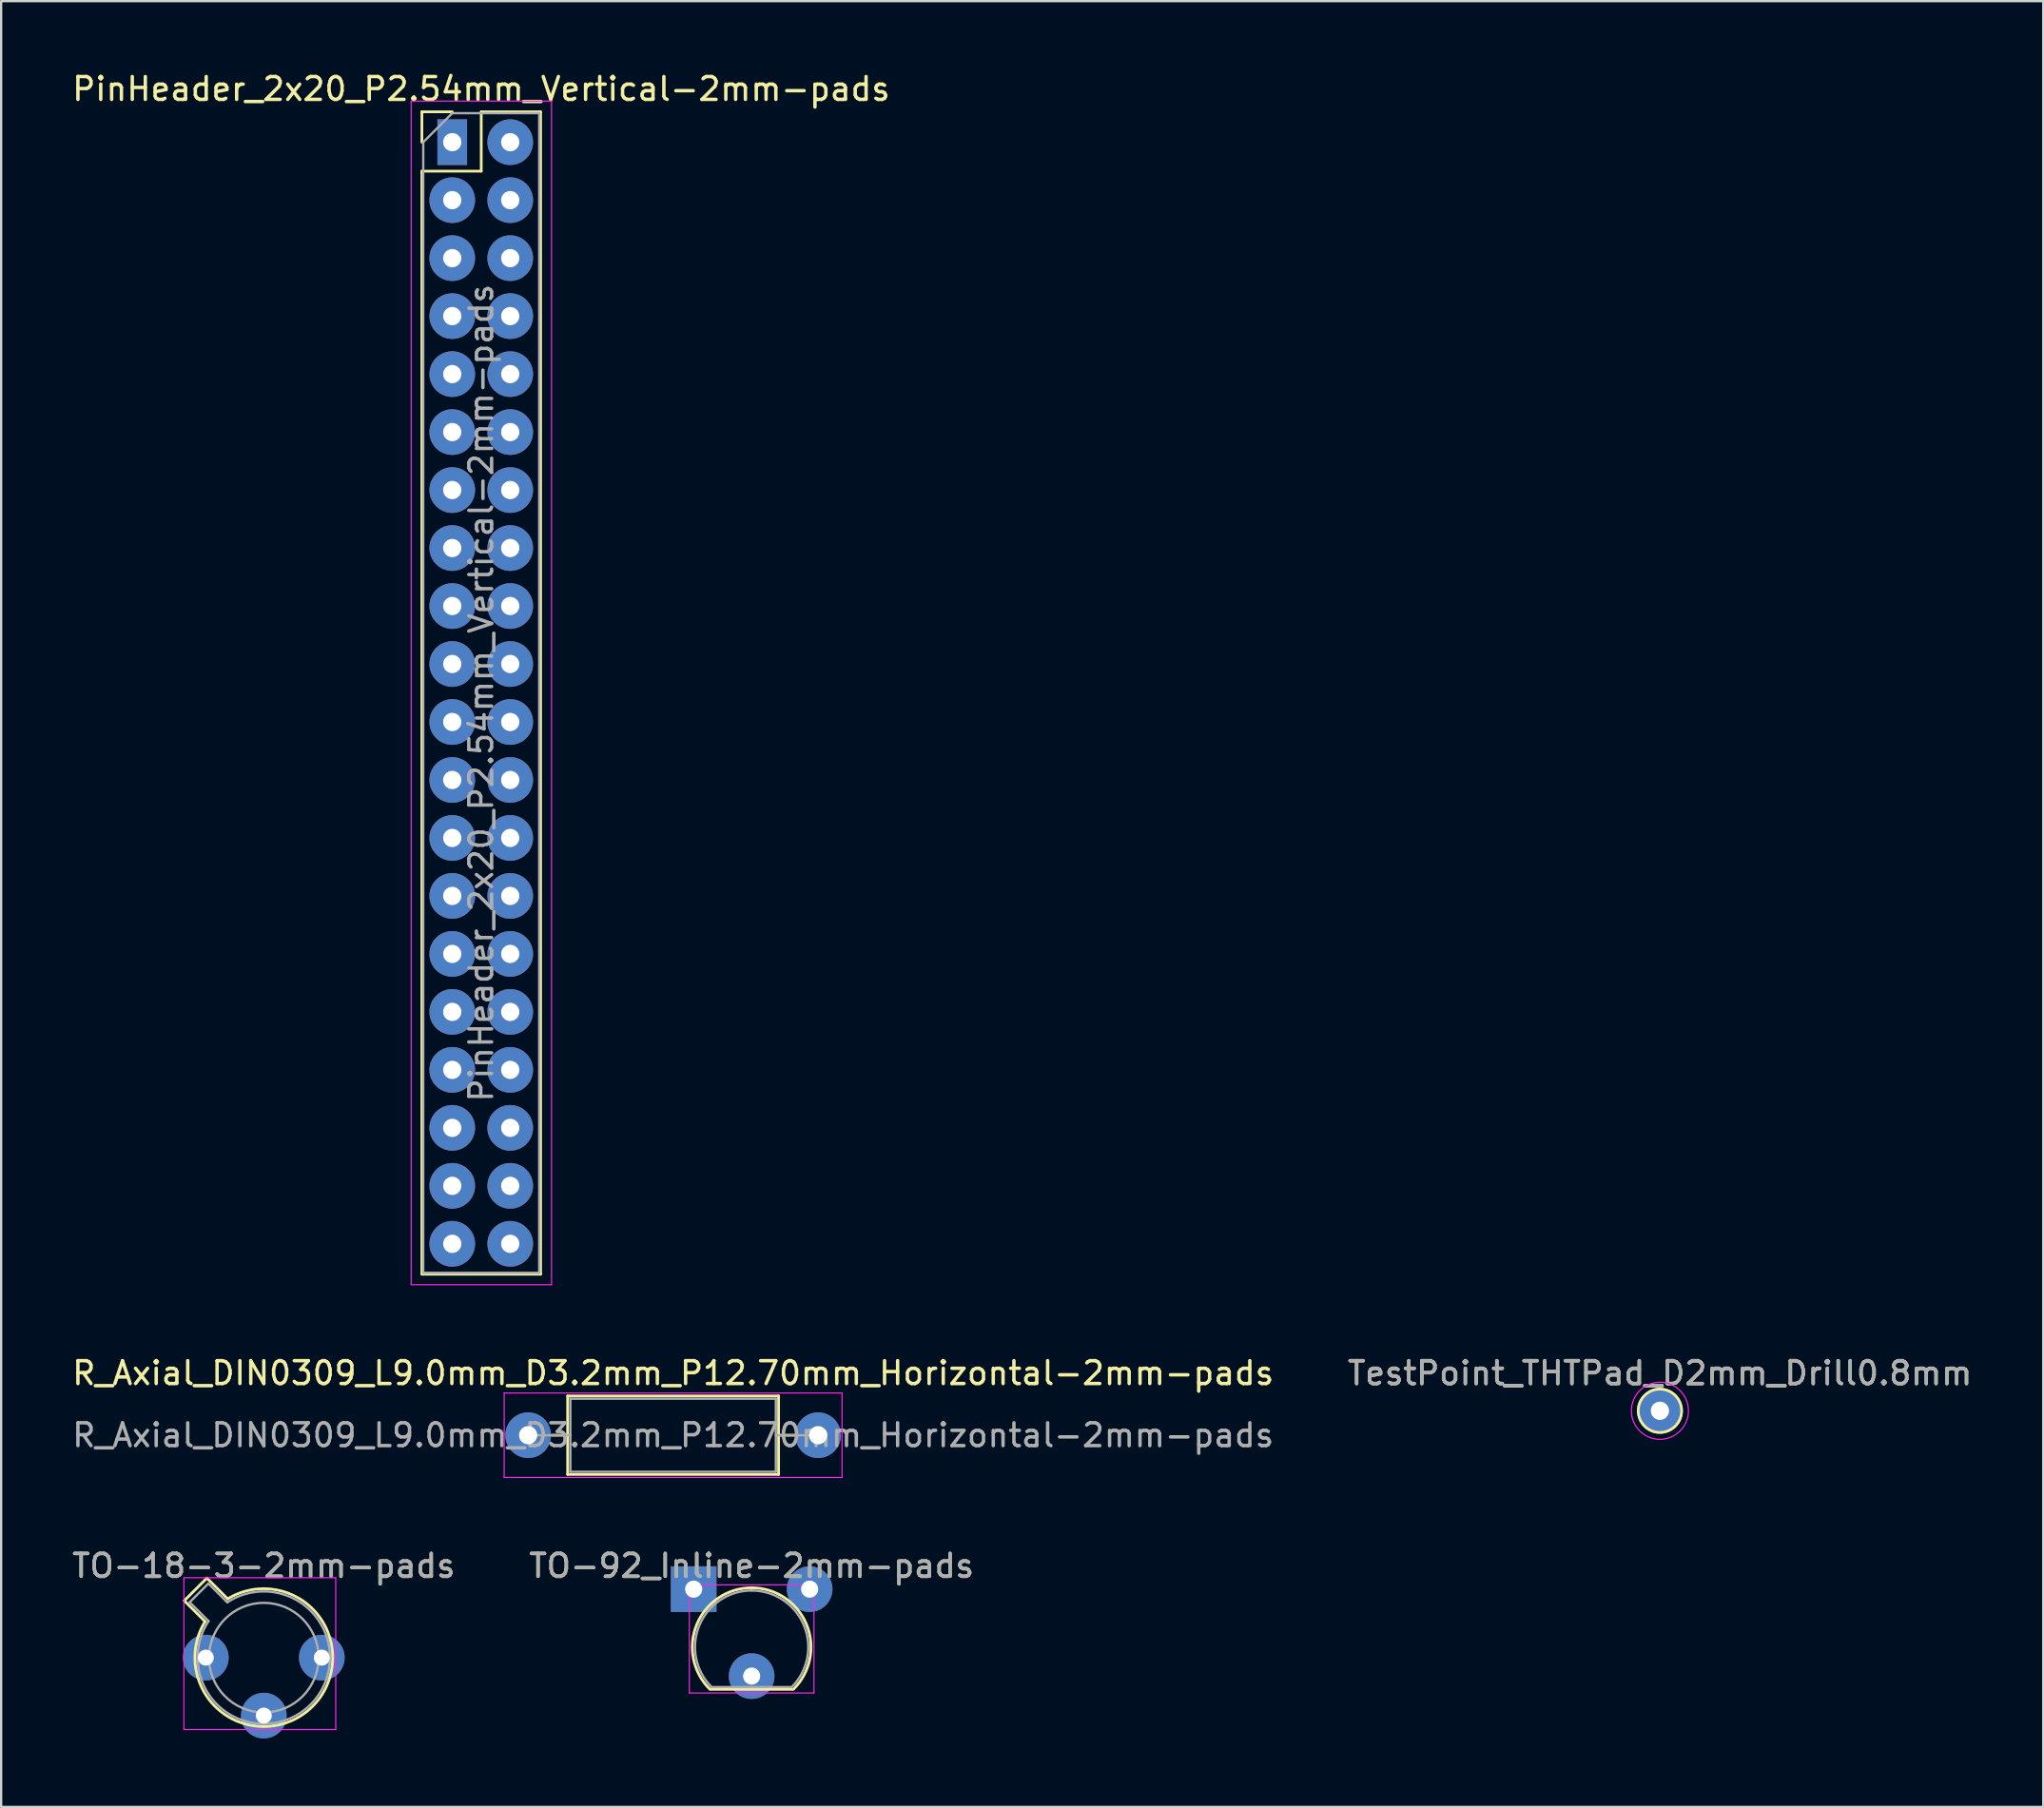
<source format=kicad_pcb>
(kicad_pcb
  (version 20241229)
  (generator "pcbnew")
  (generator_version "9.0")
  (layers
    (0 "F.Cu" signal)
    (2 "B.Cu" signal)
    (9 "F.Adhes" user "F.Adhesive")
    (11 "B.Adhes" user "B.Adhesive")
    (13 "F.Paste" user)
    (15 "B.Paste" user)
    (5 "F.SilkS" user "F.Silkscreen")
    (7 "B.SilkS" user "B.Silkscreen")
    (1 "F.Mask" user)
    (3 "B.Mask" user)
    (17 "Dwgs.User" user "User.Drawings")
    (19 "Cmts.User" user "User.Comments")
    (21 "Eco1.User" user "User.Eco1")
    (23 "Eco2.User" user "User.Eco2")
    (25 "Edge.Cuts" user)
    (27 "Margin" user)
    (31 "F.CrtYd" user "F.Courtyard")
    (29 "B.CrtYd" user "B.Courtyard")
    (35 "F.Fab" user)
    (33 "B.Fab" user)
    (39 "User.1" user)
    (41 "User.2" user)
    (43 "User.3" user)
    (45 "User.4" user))
  (footprint "PinHeader_2x20_P2.54mm_Vertical-2mm-pads"
    (layer "F.Cu")
    (at 16.76 3.178)
    (property "Reference" "PinHeader_2x20_P2.54mm_Vertical-2mm-pads" (at 1.27 -2.33 0) (layer "F.SilkS") (effects (font (size 1 1) (thickness 0.15))))
    (attr through_hole)
    (fp_line (start -1.33 -1.33) (end 0 -1.33) (stroke (width 0.12) (type solid)) (layer "F.SilkS"))
    (fp_line (start -1.33 0) (end -1.33 -1.33) (stroke (width 0.12) (type solid)) (layer "F.SilkS"))
    (fp_line (start -1.33 1.27) (end -1.33 49.59) (stroke (width 0.12) (type solid)) (layer "F.SilkS"))
    (fp_line (start -1.33 1.27) (end 1.27 1.27) (stroke (width 0.12) (type solid)) (layer "F.SilkS"))
    (fp_line (start -1.33 49.59) (end 3.87 49.59) (stroke (width 0.12) (type solid)) (layer "F.SilkS"))
    (fp_line (start 1.27 -1.33) (end 3.87 -1.33) (stroke (width 0.12) (type solid)) (layer "F.SilkS"))
    (fp_line (start 1.27 1.27) (end 1.27 -1.33) (stroke (width 0.12) (type solid)) (layer "F.SilkS"))
    (fp_line (start 3.87 -1.33) (end 3.87 49.59) (stroke (width 0.12) (type solid)) (layer "F.SilkS"))
    (fp_line (start -1.8 -1.8) (end -1.8 50.05) (stroke (width 0.05) (type solid)) (layer "F.CrtYd"))
    (fp_line (start -1.8 50.05) (end 4.35 50.05) (stroke (width 0.05) (type solid)) (layer "F.CrtYd"))
    (fp_line (start 4.35 -1.8) (end -1.8 -1.8) (stroke (width 0.05) (type solid)) (layer "F.CrtYd"))
    (fp_line (start 4.35 50.05) (end 4.35 -1.8) (stroke (width 0.05) (type solid)) (layer "F.CrtYd"))
    (fp_line (start -1.27 0) (end 0 -1.27) (stroke (width 0.1) (type solid)) (layer "F.Fab"))
    (fp_line (start -1.27 49.53) (end -1.27 0) (stroke (width 0.1) (type solid)) (layer "F.Fab"))
    (fp_line (start 0 -1.27) (end 3.81 -1.27) (stroke (width 0.1) (type solid)) (layer "F.Fab"))
    (fp_line (start 3.81 -1.27) (end 3.81 49.53) (stroke (width 0.1) (type solid)) (layer "F.Fab"))
    (fp_line (start 3.81 49.53) (end -1.27 49.53) (stroke (width 0.1) (type solid)) (layer "F.Fab"))
    (fp_text user "${REFERENCE}" (at 1.27 24.13 90) (layer "F.Fab") (effects (font (size 1 1) (thickness 0.15))))
    (pad "1" thru_hole rect (at 0 0) (size 1.3 2) (drill 0.8) (layers "*.Cu" "*.Mask"))
    (pad "2" thru_hole oval (at 2.54 0) (size 2 2) (drill 0.8) (layers "*.Cu" "*.Mask"))
    (pad "3" thru_hole oval (at 0 2.54) (size 2 2) (drill 0.8) (layers "*.Cu" "*.Mask"))
    (pad "4" thru_hole oval (at 2.54 2.54) (size 2 2) (drill 0.8) (layers "*.Cu" "*.Mask"))
    (pad "5" thru_hole oval (at 0 5.08) (size 2 2) (drill 0.8) (layers "*.Cu" "*.Mask"))
    (pad "6" thru_hole oval (at 2.54 5.08) (size 2 2) (drill 0.8) (layers "*.Cu" "*.Mask"))
    (pad "7" thru_hole oval (at 0 7.62) (size 2 2) (drill 0.8) (layers "*.Cu" "*.Mask"))
    (pad "8" thru_hole oval (at 2.54 7.62) (size 2 2) (drill 0.8) (layers "*.Cu" "*.Mask"))
    (pad "9" thru_hole oval (at 0 10.16) (size 2 2) (drill 0.8) (layers "*.Cu" "*.Mask"))
    (pad "10" thru_hole oval (at 2.54 10.16) (size 2 2) (drill 0.8) (layers "*.Cu" "*.Mask"))
    (pad "11" thru_hole oval (at 0 12.7) (size 2 2) (drill 0.8) (layers "*.Cu" "*.Mask"))
    (pad "12" thru_hole oval (at 2.54 12.7) (size 2 2) (drill 0.8) (layers "*.Cu" "*.Mask"))
    (pad "13" thru_hole oval (at 0 15.24) (size 2 2) (drill 0.8) (layers "*.Cu" "*.Mask"))
    (pad "14" thru_hole oval (at 2.54 15.24) (size 2 2) (drill 0.8) (layers "*.Cu" "*.Mask"))
    (pad "15" thru_hole oval (at 0 17.78) (size 2 2) (drill 0.8) (layers "*.Cu" "*.Mask"))
    (pad "16" thru_hole oval (at 2.54 17.78) (size 2 2) (drill 0.8) (layers "*.Cu" "*.Mask"))
    (pad "17" thru_hole oval (at 0 20.32) (size 2 2) (drill 0.8) (layers "*.Cu" "*.Mask"))
    (pad "18" thru_hole oval (at 2.54 20.32) (size 2 2) (drill 0.8) (layers "*.Cu" "*.Mask"))
    (pad "19" thru_hole oval (at 0 22.86) (size 2 2) (drill 0.8) (layers "*.Cu" "*.Mask"))
    (pad "20" thru_hole oval (at 2.54 22.86) (size 2 2) (drill 0.8) (layers "*.Cu" "*.Mask"))
    (pad "21" thru_hole oval (at 0 25.4) (size 2 2) (drill 0.8) (layers "*.Cu" "*.Mask"))
    (pad "22" thru_hole oval (at 2.54 25.4) (size 2 2) (drill 0.8) (layers "*.Cu" "*.Mask"))
    (pad "23" thru_hole oval (at 0 27.94) (size 2 2) (drill 0.8) (layers "*.Cu" "*.Mask"))
    (pad "24" thru_hole oval (at 2.54 27.94) (size 2 2) (drill 0.8) (layers "*.Cu" "*.Mask"))
    (pad "25" thru_hole oval (at 0 30.48) (size 2 2) (drill 0.8) (layers "*.Cu" "*.Mask"))
    (pad "26" thru_hole oval (at 2.54 30.48) (size 2 2) (drill 0.8) (layers "*.Cu" "*.Mask"))
    (pad "27" thru_hole oval (at 0 33.02) (size 2 2) (drill 0.8) (layers "*.Cu" "*.Mask"))
    (pad "28" thru_hole oval (at 2.54 33.02) (size 2 2) (drill 0.8) (layers "*.Cu" "*.Mask"))
    (pad "29" thru_hole oval (at 0 35.56) (size 2 2) (drill 0.8) (layers "*.Cu" "*.Mask"))
    (pad "30" thru_hole oval (at 2.54 35.56) (size 2 2) (drill 0.8) (layers "*.Cu" "*.Mask"))
    (pad "31" thru_hole oval (at 0 38.1) (size 2 2) (drill 0.8) (layers "*.Cu" "*.Mask"))
    (pad "32" thru_hole oval (at 2.54 38.1) (size 2 2) (drill 0.8) (layers "*.Cu" "*.Mask"))
    (pad "33" thru_hole oval (at 0 40.64) (size 2 2) (drill 0.8) (layers "*.Cu" "*.Mask"))
    (pad "34" thru_hole oval (at 2.54 40.64) (size 2 2) (drill 0.8) (layers "*.Cu" "*.Mask"))
    (pad "35" thru_hole oval (at 0 43.18) (size 2 2) (drill 0.8) (layers "*.Cu" "*.Mask"))
    (pad "36" thru_hole oval (at 2.54 43.18) (size 2 2) (drill 0.8) (layers "*.Cu" "*.Mask"))
    (pad "37" thru_hole oval (at 0 45.72) (size 2 2) (drill 0.8) (layers "*.Cu" "*.Mask"))
    (pad "38" thru_hole oval (at 2.54 45.72) (size 2 2) (drill 0.8) (layers "*.Cu" "*.Mask"))
    (pad "39" thru_hole oval (at 0 48.26) (size 2 2) (drill 0.8) (layers "*.Cu" "*.Mask"))
    (pad "40" thru_hole oval (at 2.54 48.26) (size 2 2) (drill 0.8) (layers "*.Cu" "*.Mask")))
  (footprint "TO-92_Inline-2mm-pads"
    (layer "F.Cu")
    (at 28.605 69.105)
    (property "Reference" "TO-92_Inline-2mm-pads" (at 1.27 -3.56 0) (layer "F.SilkS") (effects (font (size 1 1) (thickness 0.15))))
    (attr through_hole)
    (fp_line (start -0.53 1.85) (end 3.07 1.85) (stroke (width 0.12) (type solid)) (layer "F.SilkS"))
    (fp_arc (start -0.568478 1.838478) (mid -1.132087 -0.994977) (end 1.27 -2.6) (stroke (width 0.12) (type solid)) (layer "F.SilkS"))
    (fp_arc (start 1.27 -2.6) (mid 3.672087 -0.994977) (end 3.108478 1.838478) (stroke (width 0.12) (type solid)) (layer "F.SilkS"))
    (fp_line (start -1.46 -2.73) (end -1.46 2.01) (stroke (width 0.05) (type solid)) (layer "F.CrtYd"))
    (fp_line (start -1.46 -2.73) (end 4 -2.73) (stroke (width 0.05) (type solid)) (layer "F.CrtYd"))
    (fp_line (start 4 2.01) (end -1.46 2.01) (stroke (width 0.05) (type solid)) (layer "F.CrtYd"))
    (fp_line (start 4 2.01) (end 4 -2.73) (stroke (width 0.05) (type solid)) (layer "F.CrtYd"))
    (fp_line (start -0.5 1.75) (end 3 1.75) (stroke (width 0.1) (type solid)) (layer "F.Fab"))
    (fp_arc (start -0.483625 1.753625) (mid -1.021221 -0.949055) (end 1.27 -2.48) (stroke (width 0.1) (type solid)) (layer "F.Fab"))
    (fp_arc (start 1.27 -2.48) (mid 3.561221 -0.949055) (end 3.023625 1.753625) (stroke (width 0.1) (type solid)) (layer "F.Fab"))
    (fp_text user "${REFERENCE}" (at 1.27 -3.56 0) (layer "F.Fab") (effects (font (size 1 1) (thickness 0.15))))
    (pad "1" thru_hole rect (at -1.27 -2.54) (size 2 2) (drill 0.75) (layers "*.Cu" "*.Mask"))
    (pad "2" thru_hole oval (at 1.27 1.27) (size 2 2) (drill 0.75) (layers "*.Cu" "*.Mask"))
    (pad "3" thru_hole oval (at 3.81 -2.54) (size 2 2) (drill 0.75) (layers "*.Cu" "*.Mask")))
  (footprint "R_Axial_DIN0309_L9.0mm_D3.2mm_P12.70mm_Horizontal-2mm-pads"
    (layer "F.Cu")
    (at 20.085 59.822)
    (property "Reference" "R_Axial_DIN0309_L9.0mm_D3.2mm_P12.70mm_Horizontal-2mm-pads" (at 6.35 -2.72 0) (layer "F.SilkS") (effects (font (size 1 1) (thickness 0.15))))
    (attr through_hole)
    (fp_line (start 1.04 0) (end 1.73 0) (stroke (width 0.12) (type solid)) (layer "F.SilkS"))
    (fp_line (start 1.73 -1.72) (end 1.73 1.72) (stroke (width 0.12) (type solid)) (layer "F.SilkS"))
    (fp_line (start 1.73 1.72) (end 10.97 1.72) (stroke (width 0.12) (type solid)) (layer "F.SilkS"))
    (fp_line (start 10.97 -1.72) (end 1.73 -1.72) (stroke (width 0.12) (type solid)) (layer "F.SilkS"))
    (fp_line (start 10.97 1.72) (end 10.97 -1.72) (stroke (width 0.12) (type solid)) (layer "F.SilkS"))
    (fp_line (start 11.66 0) (end 10.97 0) (stroke (width 0.12) (type solid)) (layer "F.SilkS"))
    (fp_line (start -1.05 -1.85) (end -1.05 1.85) (stroke (width 0.05) (type solid)) (layer "F.CrtYd"))
    (fp_line (start -1.05 1.85) (end 13.75 1.85) (stroke (width 0.05) (type solid)) (layer "F.CrtYd"))
    (fp_line (start 13.75 -1.85) (end -1.05 -1.85) (stroke (width 0.05) (type solid)) (layer "F.CrtYd"))
    (fp_line (start 13.75 1.85) (end 13.75 -1.85) (stroke (width 0.05) (type solid)) (layer "F.CrtYd"))
    (fp_line (start 0 0) (end 1.85 0) (stroke (width 0.1) (type solid)) (layer "F.Fab"))
    (fp_line (start 1.85 -1.6) (end 1.85 1.6) (stroke (width 0.1) (type solid)) (layer "F.Fab"))
    (fp_line (start 1.85 1.6) (end 10.85 1.6) (stroke (width 0.1) (type solid)) (layer "F.Fab"))
    (fp_line (start 10.85 -1.6) (end 1.85 -1.6) (stroke (width 0.1) (type solid)) (layer "F.Fab"))
    (fp_line (start 10.85 1.6) (end 10.85 -1.6) (stroke (width 0.1) (type solid)) (layer "F.Fab"))
    (fp_line (start 12.7 0) (end 10.85 0) (stroke (width 0.1) (type solid)) (layer "F.Fab"))
    (fp_text user "${REFERENCE}" (at 6.35 0 0) (layer "F.Fab") (effects (font (size 1 1) (thickness 0.15))))
    (pad "1" thru_hole circle (at 0 0) (size 2 2) (drill 0.8) (layers "*.Cu" "*.Mask"))
    (pad "2" thru_hole oval (at 12.7 0) (size 2 2) (drill 0.8) (layers "*.Cu" "*.Mask")))
  (footprint "TestPoint_THTPad_D2mm_Drill0.8mm"
    (layer "F.Cu")
    (at 69.661 58.752)
    (property "Reference" "TestPoint_THTPad_D2mm_Drill0.8mm" (at 0 -1.648 0) (layer "F.SilkS") (effects (font (size 1 1) (thickness 0.15))))
    (attr exclude_from_pos_files exclude_from_bom)
    (fp_circle (center 0 0) (end 0 0.95) (stroke (width 0.12) (type solid)) (fill no) (layer "F.SilkS"))
    (fp_circle (center 0 0) (end 1.25 0) (stroke (width 0.05) (type solid)) (fill no) (layer "F.CrtYd"))
    (fp_text user "${REFERENCE}" (at 0 -1.65 0) (layer "F.Fab") (effects (font (size 1 1) (thickness 0.15))))
    (pad "1" thru_hole circle (at 0 0) (size 2 2) (drill 0.8) (layers "*.Cu" "*.Mask")))
  (footprint "TO-18-3-2mm-pads"
    (layer "F.Cu")
    (at 7.236 69.565)
    (property "Reference" "TO-18-3-2mm-pads" (at 1.27 -4.02 0) (layer "F.SilkS") (effects (font (size 1 1) (thickness 0.15))))
    (attr through_hole)
    (fp_line (start -2.214 -2.494) (end -1.302 -1.582) (stroke (width 0.12) (type solid)) (layer "F.SilkS"))
    (fp_line (start -1.224 -3.484) (end -2.214 -2.494) (stroke (width 0.12) (type solid)) (layer "F.SilkS"))
    (fp_line (start -0.312 -2.572) (end -1.224 -3.484) (stroke (width 0.12) (type solid)) (layer "F.SilkS"))
    (fp_arc (start -0.312331 -2.572281) (mid 3.405374 2.135551) (end -1.30215 -1.582544) (stroke (width 0.12) (type solid)) (layer "F.SilkS"))
    (fp_line (start -2.23 -3.5) (end -2.23 3.15) (stroke (width 0.05) (type solid)) (layer "F.CrtYd"))
    (fp_line (start -2.23 3.15) (end 4.42 3.15) (stroke (width 0.05) (type solid)) (layer "F.CrtYd"))
    (fp_line (start 4.42 -3.5) (end -2.23 -3.5) (stroke (width 0.05) (type solid)) (layer "F.CrtYd"))
    (fp_line (start 4.42 3.15) (end 4.42 -3.5) (stroke (width 0.05) (type solid)) (layer "F.CrtYd"))
    (fp_line (start -1.977 -2.426) (end -1.149 -1.599) (stroke (width 0.1) (type solid)) (layer "F.Fab"))
    (fp_line (start -1.156 -3.247) (end -1.977 -2.426) (stroke (width 0.1) (type solid)) (layer "F.Fab"))
    (fp_line (start -0.329 -2.419) (end -1.156 -3.247) (stroke (width 0.1) (type solid)) (layer "F.Fab"))
    (fp_arc (start -0.329057 -2.419301) (mid 3.321076 2.050143) (end -1.150029 -1.597956) (stroke (width 0.1) (type solid)) (layer "F.Fab"))
    (fp_circle (center 1.27 0) (end 3.67 0) (stroke (width 0.1) (type solid)) (fill no) (layer "F.Fab"))
    (fp_text user "${REFERENCE}" (at 1.27 -4.02 0) (layer "F.Fab") (effects (font (size 1 1) (thickness 0.15))))
    (pad "1" thru_hole oval (at -1.27 0) (size 2 2) (drill 0.7) (layers "*.Cu" "*.Mask"))
    (pad "2" thru_hole oval (at 1.27 2.54) (size 2 2) (drill 0.7) (layers "*.Cu" "*.Mask"))
    (pad "3" thru_hole oval (at 3.81 0) (size 2 2) (drill 0.7) (layers "*.Cu" "*.Mask")))
  (gr_rect
    (start -3 -3)
    (end 86.452 76.105)
    (stroke (width 0.1) (type default))
    (fill no)
    (layer "Edge.Cuts")))
</source>
